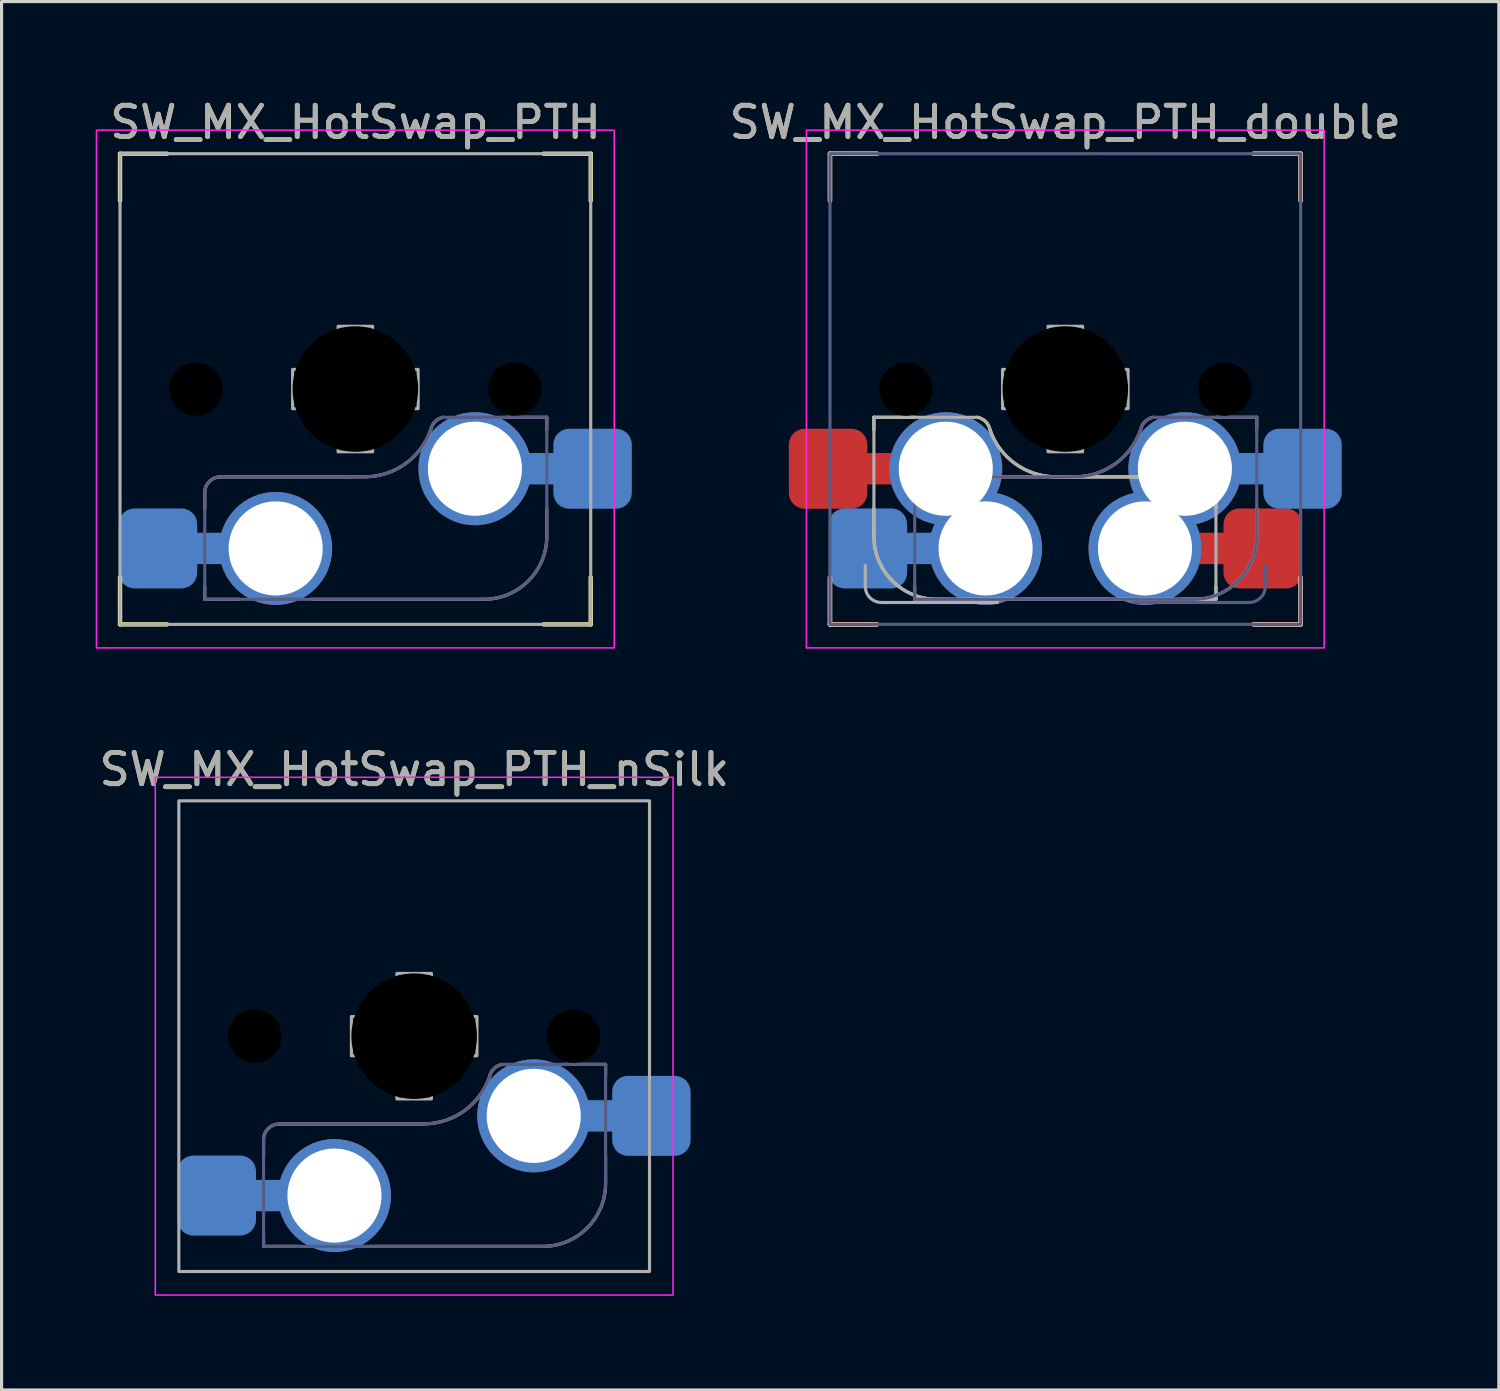
<source format=kicad_pcb>
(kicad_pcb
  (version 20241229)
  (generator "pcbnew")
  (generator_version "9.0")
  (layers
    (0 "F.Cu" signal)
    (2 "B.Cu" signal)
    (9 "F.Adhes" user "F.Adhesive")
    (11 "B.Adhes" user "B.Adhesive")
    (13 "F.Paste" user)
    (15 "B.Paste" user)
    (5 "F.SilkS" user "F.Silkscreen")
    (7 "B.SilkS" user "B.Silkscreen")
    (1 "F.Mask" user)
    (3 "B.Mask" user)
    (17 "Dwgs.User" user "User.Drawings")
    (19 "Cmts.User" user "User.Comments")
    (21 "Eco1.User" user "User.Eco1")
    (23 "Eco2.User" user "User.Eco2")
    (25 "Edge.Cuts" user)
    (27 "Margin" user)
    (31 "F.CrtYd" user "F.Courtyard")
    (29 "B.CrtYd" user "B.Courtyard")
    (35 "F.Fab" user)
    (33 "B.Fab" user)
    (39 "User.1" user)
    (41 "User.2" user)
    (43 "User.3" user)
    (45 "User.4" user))
  (footprint "SW_MX_HotSwap_PTH_nSilk"
    (layer "F.Cu")
    (at 10.149 29.971)
    (property "Reference" "SW_MX_HotSwap_PTH_nSilk" (at 0.008 -8.5 0) (unlocked yes) (layer "F.SilkS") (effects (font (size 1 1) (thickness 0.15))))
    (attr through_hole)
    (fp_line (start -4.8 3.8) (end -4.8 3.3) (stroke (width 0.1) (type default)) (layer "B.SilkS"))
    (fp_line (start -4.8 6.7) (end -4.8 6.3) (stroke (width 0.1) (type default)) (layer "B.SilkS"))
    (fp_line (start -4.3 2.8) (end -0.2 2.8) (stroke (width 0.1) (type default)) (layer "B.SilkS"))
    (fp_line (start -3.7 6.7) (end -4.8 6.7) (stroke (width 0.1) (type default)) (layer "B.SilkS"))
    (fp_line (start 4.1 6.7) (end -1.4 6.7) (stroke (width 0.1) (type default)) (layer "B.SilkS"))
    (fp_line (start 6.1 0.9) (end 4.8 0.9) (stroke (width 0.1) (type default)) (layer "B.SilkS"))
    (fp_line (start 6.1 0.9) (end 6.1 1.3) (stroke (width 0.1) (type default)) (layer "B.SilkS"))
    (fp_line (start 6.1 3.8) (end 6.1 4.7) (stroke (width 0.1) (type default)) (layer "B.SilkS"))
    (fp_arc (start -4.8 3.3) (mid -4.653553 2.946447) (end -4.3 2.8) (stroke (width 0.1) (type default)) (layer "B.SilkS"))
    (fp_arc (start 0.300049 2.796514) (mid 0.050035 2.79971) (end -0.2 2.8) (stroke (width 0.1) (type default)) (layer "B.SilkS"))
    (fp_arc (start 2.399704 1.298499) (mid 1.589672 2.383609) (end 0.300049 2.796514) (stroke (width 0.1) (type default)) (layer "B.SilkS"))
    (fp_arc (start 2.401036 1.294955) (mid 2.541271 1.03763) (end 2.8 0.900001) (stroke (width 0.1) (type default)) (layer "B.SilkS"))
    (fp_arc (start 6.1 4.7) (mid 5.514214 6.114214) (end 4.1 6.7) (stroke (width 0.1) (type default)) (layer "B.SilkS"))
    (fp_rect (start -8.25 -8.25) (end 8.25 8.25) (stroke (width 0.05) (type solid)) (fill no) (layer "F.CrtYd"))
    (fp_line (start -4.8 6.7) (end -4.8 3.3) (stroke (width 0.1) (type default)) (layer "B.Fab"))
    (fp_line (start -4.3 2.8) (end -0.2 2.8) (stroke (width 0.1) (type default)) (layer "B.Fab"))
    (fp_line (start 4.1 6.7) (end -4.8 6.7) (stroke (width 0.1) (type default)) (layer "B.Fab"))
    (fp_line (start 6.1 0.9) (end 2.8 0.9) (stroke (width 0.1) (type default)) (layer "B.Fab"))
    (fp_line (start 6.1 0.9) (end 6.1 4.7) (stroke (width 0.1) (type default)) (layer "B.Fab"))
    (fp_arc (start -4.8 3.3) (mid -4.653553 2.946447) (end -4.3 2.8) (stroke (width 0.1) (type default)) (layer "B.Fab"))
    (fp_arc (start 0.300049 2.796514) (mid 0.050035 2.79971) (end -0.2 2.8) (stroke (width 0.1) (type default)) (layer "B.Fab"))
    (fp_arc (start 2.399704 1.298499) (mid 1.589672 2.38361) (end 0.300049 2.796514) (stroke (width 0.1) (type default)) (layer "B.Fab"))
    (fp_arc (start 2.401036 1.294955) (mid 2.541271 1.037629) (end 2.8 0.900001) (stroke (width 0.1) (type default)) (layer "B.Fab"))
    (fp_arc (start 6.1 4.7) (mid 5.514214 6.114214) (end 4.1 6.7) (stroke (width 0.1) (type default)) (layer "B.Fab"))
    (fp_rect (start -7.5 -7.5) (end 7.5 7.5) (stroke (width 0.1) (type solid)) (fill no) (layer "F.Fab"))
    (fp_poly (pts (xy -2 -0.625) (xy -0.55 -0.625) (xy -0.55 -2) (xy 0.55 -2) (xy 0.55 -0.625) (xy 2 -0.625) (xy 2 0.625) (xy 0.55 0.625) (xy 0.55 2) (xy -0.55 2) (xy -0.55 0.625) (xy -2 0.625)) (stroke (width 0.1) (type solid)) (fill no) (layer "F.Fab"))
    (fp_text user "${REFERENCE}" (at 0 -8.5 0) (unlocked yes) (layer "F.Fab") (effects (font (size 1 1) (thickness 0.15))))
    (pad "" np_thru_hole circle (at -5.08 0) (size 1.7 1.7) (drill 1.7) (layers "*.Mask"))
    (pad "" np_thru_hole circle (at 0 0) (size 4 4) (drill 4) (layers "*.Mask"))
    (pad "" np_thru_hole circle (at 5.08 0) (size 1.7 1.7) (drill 1.7) (layers "*.Mask"))
    (pad "1" smd roundrect (at -6.29 5.08) (size 2.5 2.55) (layers "B.Cu" "B.Mask" "B.Paste") (roundrect_rratio 0.2))
    (pad "1" smd rect (at -4.5 5.08) (size 3 1) (layers "B.Cu"))
    (pad "1" thru_hole circle (at -2.54 5.08) (size 3.6 3.6) (drill 3) (layers "*.Cu" "B.Mask"))
    (pad "2" thru_hole circle (at 3.81 2.54) (size 3.6 3.6) (drill 3) (layers "*.Cu" "B.Mask"))
    (pad "2" smd rect (at 6 2.54) (size 3 1) (layers "B.Cu"))
    (pad "2" smd roundrect (at 7.56 2.54) (size 2.5 2.55) (layers "B.Cu" "B.Mask" "B.Paste") (roundrect_rratio 0.2)))
  (footprint "SW_MX_HotSwap_PTH"
    (layer "F.Cu")
    (at 8.275 9.348)
    (property "Reference" "SW_MX_HotSwap_PTH" (at 0.008 -8.5 0) (unlocked yes) (layer "F.SilkS") (effects (font (size 1 1) (thickness 0.15))))
    (attr through_hole)
    (fp_line (start -7.5 -7.5) (end -7.5 -6) (stroke (width 0.14) (type solid)) (layer "F.SilkS"))
    (fp_line (start -7.5 -7.5) (end -6 -7.5) (stroke (width 0.14) (type solid)) (layer "F.SilkS"))
    (fp_line (start -7.5 7.5) (end -7.5 6) (stroke (width 0.14) (type solid)) (layer "F.SilkS"))
    (fp_line (start -7.5 7.5) (end -6 7.5) (stroke (width 0.14) (type solid)) (layer "F.SilkS"))
    (fp_line (start 7.5 -7.5) (end 6 -7.5) (stroke (width 0.14) (type solid)) (layer "F.SilkS"))
    (fp_line (start 7.5 -7.5) (end 7.5 -6) (stroke (width 0.14) (type solid)) (layer "F.SilkS"))
    (fp_line (start 7.5 7.5) (end 6 7.5) (stroke (width 0.14) (type solid)) (layer "F.SilkS"))
    (fp_line (start 7.5 7.5) (end 7.5 6) (stroke (width 0.14) (type solid)) (layer "F.SilkS"))
    (fp_line (start -4.8 3.8) (end -4.8 3.3) (stroke (width 0.1) (type default)) (layer "B.SilkS"))
    (fp_line (start -4.8 6.7) (end -4.8 6.3) (stroke (width 0.1) (type default)) (layer "B.SilkS"))
    (fp_line (start -4.3 2.8) (end -0.2 2.8) (stroke (width 0.1) (type default)) (layer "B.SilkS"))
    (fp_line (start -3.7 6.7) (end -4.8 6.7) (stroke (width 0.1) (type default)) (layer "B.SilkS"))
    (fp_line (start 4.1 6.7) (end -1.4 6.7) (stroke (width 0.1) (type default)) (layer "B.SilkS"))
    (fp_line (start 6.1 0.9) (end 4.8 0.9) (stroke (width 0.1) (type default)) (layer "B.SilkS"))
    (fp_line (start 6.1 0.9) (end 6.1 1.3) (stroke (width 0.1) (type default)) (layer "B.SilkS"))
    (fp_line (start 6.1 3.8) (end 6.1 4.7) (stroke (width 0.1) (type default)) (layer "B.SilkS"))
    (fp_arc (start -4.8 3.3) (mid -4.653553 2.946447) (end -4.3 2.8) (stroke (width 0.1) (type default)) (layer "B.SilkS"))
    (fp_arc (start 0.300049 2.796514) (mid 0.050035 2.79971) (end -0.2 2.8) (stroke (width 0.1) (type default)) (layer "B.SilkS"))
    (fp_arc (start 2.399704 1.298499) (mid 1.589672 2.383609) (end 0.300049 2.796514) (stroke (width 0.1) (type default)) (layer "B.SilkS"))
    (fp_arc (start 2.401036 1.294955) (mid 2.541271 1.03763) (end 2.8 0.900001) (stroke (width 0.1) (type default)) (layer "B.SilkS"))
    (fp_arc (start 6.1 4.7) (mid 5.514214 6.114214) (end 4.1 6.7) (stroke (width 0.1) (type default)) (layer "B.SilkS"))
    (fp_rect (start -8.25 -8.25) (end 8.25 8.25) (stroke (width 0.05) (type solid)) (fill no) (layer "F.CrtYd"))
    (fp_line (start -4.8 6.7) (end -4.8 3.3) (stroke (width 0.1) (type default)) (layer "B.Fab"))
    (fp_line (start -4.3 2.8) (end -0.2 2.8) (stroke (width 0.1) (type default)) (layer "B.Fab"))
    (fp_line (start 4.1 6.7) (end -4.8 6.7) (stroke (width 0.1) (type default)) (layer "B.Fab"))
    (fp_line (start 6.1 0.9) (end 2.8 0.9) (stroke (width 0.1) (type default)) (layer "B.Fab"))
    (fp_line (start 6.1 0.9) (end 6.1 4.7) (stroke (width 0.1) (type default)) (layer "B.Fab"))
    (fp_arc (start -4.8 3.3) (mid -4.653553 2.946447) (end -4.3 2.8) (stroke (width 0.1) (type default)) (layer "B.Fab"))
    (fp_arc (start 0.300049 2.796514) (mid 0.050035 2.79971) (end -0.2 2.8) (stroke (width 0.1) (type default)) (layer "B.Fab"))
    (fp_arc (start 2.399704 1.298499) (mid 1.589672 2.38361) (end 0.300049 2.796514) (stroke (width 0.1) (type default)) (layer "B.Fab"))
    (fp_arc (start 2.401036 1.294955) (mid 2.541271 1.037629) (end 2.8 0.900001) (stroke (width 0.1) (type default)) (layer "B.Fab"))
    (fp_arc (start 6.1 4.7) (mid 5.514214 6.114214) (end 4.1 6.7) (stroke (width 0.1) (type default)) (layer "B.Fab"))
    (fp_rect (start -7.5 -7.5) (end 7.5 7.5) (stroke (width 0.1) (type solid)) (fill no) (layer "F.Fab"))
    (fp_poly (pts (xy -2 -0.625) (xy -0.55 -0.625) (xy -0.55 -2) (xy 0.55 -2) (xy 0.55 -0.625) (xy 2 -0.625) (xy 2 0.625) (xy 0.55 0.625) (xy 0.55 2) (xy -0.55 2) (xy -0.55 0.625) (xy -2 0.625)) (stroke (width 0.1) (type solid)) (fill no) (layer "F.Fab"))
    (fp_text user "${REFERENCE}" (at 0 -8.5 0) (unlocked yes) (layer "F.Fab") (effects (font (size 1 1) (thickness 0.15))))
    (pad "" np_thru_hole circle (at -5.08 0) (size 1.7 1.7) (drill 1.7) (layers "*.Mask"))
    (pad "" np_thru_hole circle (at 0 0) (size 4 4) (drill 4) (layers "*.Mask"))
    (pad "" np_thru_hole circle (at 5.08 0) (size 1.7 1.7) (drill 1.7) (layers "*.Mask"))
    (pad "1" smd roundrect (at -6.29 5.08) (size 2.5 2.55) (layers "B.Cu" "B.Mask" "B.Paste") (roundrect_rratio 0.2))
    (pad "1" smd rect (at -4.5 5.08) (size 3 1) (layers "B.Cu"))
    (pad "1" thru_hole circle (at -2.54 5.08) (size 3.6 3.6) (drill 3) (layers "*.Cu" "B.Mask"))
    (pad "2" thru_hole circle (at 3.81 2.54) (size 3.6 3.6) (drill 3) (layers "*.Cu" "B.Mask"))
    (pad "2" smd rect (at 6 2.54) (size 3 1) (layers "B.Cu"))
    (pad "2" smd roundrect (at 7.56 2.54) (size 2.5 2.55) (layers "B.Cu" "B.Mask" "B.Paste") (roundrect_rratio 0.2)))
  (footprint "SW_MX_HotSwap_PTH_double"
    (layer "F.Cu")
    (at 30.9 9.348)
    (property "Reference" "SW_MX_HotSwap_PTH_double" (at 0 -8.5 0) (unlocked yes) (layer "F.SilkS") (effects (font (size 1 1) (thickness 0.15))))
    (fp_line (start -7.5 -7.5) (end -7.5 -6) (stroke (width 0.14) (type solid)) (layer "F.SilkS"))
    (fp_line (start -7.5 -7.5) (end -6 -7.5) (stroke (width 0.14) (type solid)) (layer "F.SilkS"))
    (fp_line (start -7.5 7.5) (end -7.5 6) (stroke (width 0.14) (type solid)) (layer "F.SilkS"))
    (fp_line (start -7.5 7.5) (end -6 7.5) (stroke (width 0.14) (type solid)) (layer "F.SilkS"))
    (fp_line (start -6.1 0.9) (end -6.1 1.3) (stroke (width 0.1) (type default)) (layer "F.SilkS"))
    (fp_line (start -6.1 0.9) (end -4.8 0.9) (stroke (width 0.1) (type default)) (layer "F.SilkS"))
    (fp_line (start -6.1 3.8) (end -6.1 4.7) (stroke (width 0.1) (type default)) (layer "F.SilkS"))
    (fp_line (start -4.1 6.7) (end 1.4 6.7) (stroke (width 0.1) (type default)) (layer "F.SilkS"))
    (fp_line (start 3.7 6.7) (end 4.8 6.7) (stroke (width 0.1) (type default)) (layer "F.SilkS"))
    (fp_line (start 4.3 2.8) (end 0.2 2.8) (stroke (width 0.1) (type default)) (layer "F.SilkS"))
    (fp_line (start 4.8 3.8) (end 4.8 3.3) (stroke (width 0.1) (type default)) (layer "F.SilkS"))
    (fp_line (start 4.8 6.7) (end 4.8 6.3) (stroke (width 0.1) (type default)) (layer "F.SilkS"))
    (fp_line (start 7.5 -7.5) (end 6 -7.5) (stroke (width 0.14) (type solid)) (layer "F.SilkS"))
    (fp_line (start 7.5 -7.5) (end 7.5 -6) (stroke (width 0.14) (type solid)) (layer "F.SilkS"))
    (fp_line (start 7.5 7.5) (end 6 7.5) (stroke (width 0.14) (type solid)) (layer "F.SilkS"))
    (fp_line (start 7.5 7.5) (end 7.5 6) (stroke (width 0.14) (type solid)) (layer "F.SilkS"))
    (fp_arc (start -4.1 6.7) (mid -5.514214 6.114214) (end -6.1 4.7) (stroke (width 0.1) (type default)) (layer "F.SilkS"))
    (fp_arc (start -2.8 0.900001) (mid -2.541271 1.037629) (end -2.401036 1.294955) (stroke (width 0.1) (type default)) (layer "F.SilkS"))
    (fp_arc (start -0.300049 2.796514) (mid -1.589672 2.383609) (end -2.399704 1.298499) (stroke (width 0.1) (type default)) (layer "F.SilkS"))
    (fp_arc (start 0.2 2.8) (mid -0.050035 2.79971) (end -0.300049 2.796514) (stroke (width 0.1) (type default)) (layer "F.SilkS"))
    (fp_arc (start 4.3 2.8) (mid 4.653553 2.946447) (end 4.8 3.3) (stroke (width 0.1) (type default)) (layer "F.SilkS"))
    (fp_line (start -7.5 -7.5) (end -7.5 -6) (stroke (width 0.14) (type solid)) (layer "B.SilkS"))
    (fp_line (start -7.5 -7.5) (end -6 -7.5) (stroke (width 0.14) (type solid)) (layer "B.SilkS"))
    (fp_line (start -7.5 7.5) (end -7.5 6) (stroke (width 0.14) (type solid)) (layer "B.SilkS"))
    (fp_line (start -7.5 7.5) (end -6 7.5) (stroke (width 0.14) (type solid)) (layer "B.SilkS"))
    (fp_line (start -4.8 3.8) (end -4.8 3.3) (stroke (width 0.1) (type default)) (layer "B.SilkS"))
    (fp_line (start -4.8 6.7) (end -4.8 6.3) (stroke (width 0.1) (type default)) (layer "B.SilkS"))
    (fp_line (start -4.3 2.8) (end -0.2 2.8) (stroke (width 0.1) (type default)) (layer "B.SilkS"))
    (fp_line (start -3.7 6.7) (end -4.8 6.7) (stroke (width 0.1) (type default)) (layer "B.SilkS"))
    (fp_line (start 4.1 6.7) (end -1.4 6.7) (stroke (width 0.1) (type default)) (layer "B.SilkS"))
    (fp_line (start 6.1 0.9) (end 4.8 0.9) (stroke (width 0.1) (type default)) (layer "B.SilkS"))
    (fp_line (start 6.1 0.9) (end 6.1 1.3) (stroke (width 0.1) (type default)) (layer "B.SilkS"))
    (fp_line (start 6.1 3.8) (end 6.1 4.7) (stroke (width 0.1) (type default)) (layer "B.SilkS"))
    (fp_line (start 7.5 -7.5) (end 6 -7.5) (stroke (width 0.14) (type solid)) (layer "B.SilkS"))
    (fp_line (start 7.5 -7.5) (end 7.5 -6) (stroke (width 0.14) (type solid)) (layer "B.SilkS"))
    (fp_line (start 7.5 7.5) (end 6 7.5) (stroke (width 0.14) (type solid)) (layer "B.SilkS"))
    (fp_line (start 7.5 7.5) (end 7.5 6) (stroke (width 0.14) (type solid)) (layer "B.SilkS"))
    (fp_arc (start -4.8 3.3) (mid -4.653553 2.946447) (end -4.3 2.8) (stroke (width 0.1) (type default)) (layer "B.SilkS"))
    (fp_arc (start 0.300049 2.796514) (mid 0.050035 2.79971) (end -0.2 2.8) (stroke (width 0.1) (type default)) (layer "B.SilkS"))
    (fp_arc (start 2.399704 1.298499) (mid 1.589672 2.383609) (end 0.300049 2.796514) (stroke (width 0.1) (type default)) (layer "B.SilkS"))
    (fp_arc (start 2.401036 1.294955) (mid 2.541271 1.037629) (end 2.8 0.900001) (stroke (width 0.1) (type default)) (layer "B.SilkS"))
    (fp_arc (start 6.1 4.7) (mid 5.514214 6.114214) (end 4.1 6.7) (stroke (width 0.1) (type default)) (layer "B.SilkS"))
    (fp_rect (start -8.25 -8.25) (end 8.25 8.25) (stroke (width 0.05) (type solid)) (fill no) (layer "F.CrtYd"))
    (fp_line (start -4.8 6.7) (end -4.8 3.3) (stroke (width 0.1) (type default)) (layer "B.Fab"))
    (fp_line (start -4.3 2.8) (end -0.2 2.8) (stroke (width 0.1) (type default)) (layer "B.Fab"))
    (fp_line (start 2.159 6.802) (end 5.859 6.802) (stroke (width 0.1) (type solid)) (layer "B.Fab"))
    (fp_line (start 4.1 6.7) (end -4.8 6.7) (stroke (width 0.1) (type default)) (layer "B.Fab"))
    (fp_line (start 6.1 0.9) (end 2.8 0.9) (stroke (width 0.1) (type default)) (layer "B.Fab"))
    (fp_line (start 6.1 0.9) (end 6.1 4.7) (stroke (width 0.1) (type default)) (layer "B.Fab"))
    (fp_line (start 6.375 5.625) (end 6.375 6.285) (stroke (width 0.1) (type solid)) (layer "B.Fab"))
    (fp_rect (start 7.5 -7.5) (end -7.5 7.5) (stroke (width 0.1) (type solid)) (fill no) (layer "B.Fab"))
    (fp_arc (start -4.8 3.3) (mid -4.653553 2.946447) (end -4.3 2.8) (stroke (width 0.1) (type default)) (layer "B.Fab"))
    (fp_arc (start 0.300049 2.796514) (mid 0.050035 2.79971) (end -0.2 2.8) (stroke (width 0.1) (type default)) (layer "B.Fab"))
    (fp_arc (start 2.399704 1.298499) (mid 1.589672 2.38361) (end 0.300049 2.796514) (stroke (width 0.1) (type default)) (layer "B.Fab"))
    (fp_arc (start 2.401036 1.294955) (mid 2.541271 1.037629) (end 2.8 0.900001) (stroke (width 0.1) (type default)) (layer "B.Fab"))
    (fp_arc (start 6.1 4.7) (mid 5.514214 6.114214) (end 4.1 6.7) (stroke (width 0.1) (type default)) (layer "B.Fab"))
    (fp_arc (start 6.375 6.2854) (mid 6.223809 6.650409) (end 5.8588 6.8016) (stroke (width 0.1) (type solid)) (layer "B.Fab"))
    (fp_line (start -6.375 5.625) (end -6.375 6.285) (stroke (width 0.1) (type solid)) (layer "F.Fab"))
    (fp_line (start -6.1 0.9) (end -6.1 4.7) (stroke (width 0.1) (type default)) (layer "F.Fab"))
    (fp_line (start -6.1 0.9) (end -2.8 0.9) (stroke (width 0.1) (type default)) (layer "F.Fab"))
    (fp_line (start -4.1 6.7) (end 4.8 6.7) (stroke (width 0.1) (type default)) (layer "F.Fab"))
    (fp_line (start -2.159 6.802) (end -5.859 6.802) (stroke (width 0.1) (type solid)) (layer "F.Fab"))
    (fp_line (start 4.3 2.8) (end 0.2 2.8) (stroke (width 0.1) (type default)) (layer "F.Fab"))
    (fp_line (start 4.8 6.7) (end 4.8 3.3) (stroke (width 0.1) (type default)) (layer "F.Fab"))
    (fp_arc (start -5.8588 6.8016) (mid -6.223812 6.650411) (end -6.375 6.2854) (stroke (width 0.1) (type solid)) (layer "F.Fab"))
    (fp_arc (start -4.1 6.7) (mid -5.514214 6.114214) (end -6.1 4.7) (stroke (width 0.1) (type default)) (layer "F.Fab"))
    (fp_arc (start -2.8 0.900001) (mid -2.541271 1.037629) (end -2.401036 1.294955) (stroke (width 0.1) (type default)) (layer "F.Fab"))
    (fp_arc (start -0.300049 2.796514) (mid -1.589672 2.38361) (end -2.399704 1.298499) (stroke (width 0.1) (type default)) (layer "F.Fab"))
    (fp_arc (start 0.2 2.8) (mid -0.050035 2.79971) (end -0.300049 2.796514) (stroke (width 0.1) (type default)) (layer "F.Fab"))
    (fp_arc (start 4.3 2.8) (mid 4.653553 2.946447) (end 4.8 3.3) (stroke (width 0.1) (type default)) (layer "F.Fab"))
    (fp_poly (pts (xy -2 -0.625) (xy -0.55 -0.625) (xy -0.55 -2) (xy 0.55 -2) (xy 0.55 -0.625) (xy 2 -0.625) (xy 2 0.625) (xy 0.55 0.625) (xy 0.55 2) (xy -0.55 2) (xy -0.55 0.625) (xy -2 0.625)) (stroke (width 0.1) (type solid)) (fill no) (layer "F.Fab"))
    (fp_text user "${REFERENCE}" (at 0 -8.5 0) (unlocked yes) (layer "F.Fab") (effects (font (size 1 1) (thickness 0.15))))
    (pad "" np_thru_hole circle (at -5.08 0) (size 1.7 1.7) (drill 1.7) (layers "*.Mask"))
    (pad "" np_thru_hole circle (at 0 0) (size 4 4) (drill 4) (layers "*.Mask"))
    (pad "" np_thru_hole circle (at 5.08 0) (size 1.7 1.7) (drill 1.7) (layers "*.Mask"))
    (pad "1" smd roundrect (at -7.56 2.54) (size 2.5 2.55) (layers "F.Cu" "F.Mask" "F.Paste") (roundrect_rratio 0.2))
    (pad "1" smd roundrect (at -6.29 5.08) (size 2.5 2.55) (layers "B.Cu" "B.Mask" "B.Paste") (roundrect_rratio 0.2))
    (pad "1" smd rect (at -6 2.54) (size 3 1) (layers "F.Cu"))
    (pad "1" smd rect (at -4.5 5.08) (size 3 1) (layers "B.Cu"))
    (pad "1" thru_hole circle (at -3.81 2.54) (size 3.6 3.6) (drill 3) (layers "*.Cu" "F.Mask"))
    (pad "1" thru_hole circle (at -2.54 5.08) (size 3.6 3.6) (drill 3) (layers "*.Cu" "B.Mask"))
    (pad "2" thru_hole circle (at 2.54 5.08) (size 3.6 3.6) (drill 3) (layers "*.Cu" "F.Mask"))
    (pad "2" thru_hole circle (at 3.81 2.54) (size 3.6 3.6) (drill 3) (layers "*.Cu" "B.Mask"))
    (pad "2" smd rect (at 4.5 5.08) (size 3 1) (layers "F.Cu"))
    (pad "2" smd rect (at 6 2.54) (size 3 1) (layers "B.Cu"))
    (pad "2" smd roundrect (at 6.29 5.08) (size 2.5 2.55) (layers "F.Cu" "F.Mask" "F.Paste") (roundrect_rratio 0.2))
    (pad "2" smd roundrect (at 7.56 2.54) (size 2.5 2.55) (layers "B.Cu" "B.Mask" "B.Paste") (roundrect_rratio 0.2)))
  (gr_rect
    (start -3 -3)
    (end 44.716 41.246)
    (stroke (width 0.1) (type default))
    (fill no)
    (layer "Edge.Cuts")))
</source>
